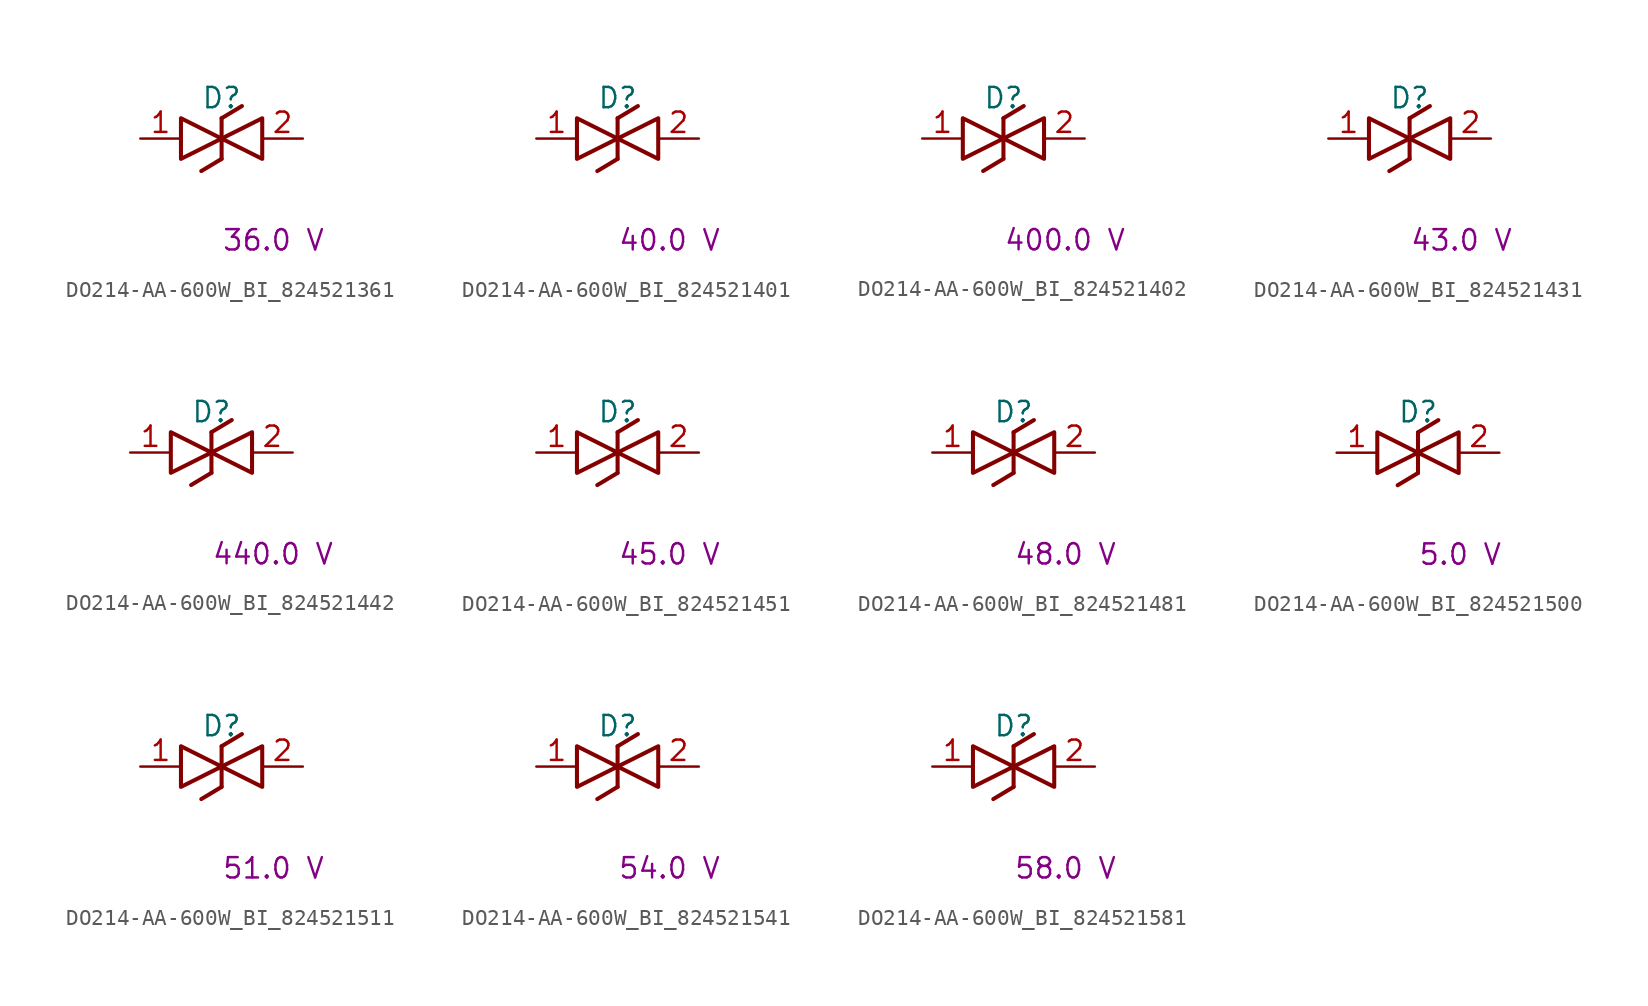
<source format=kicad_sym>
(kicad_symbol_lib
  (version 20220914)
  (generator kicad_symbol_editor)
  (symbol "DO214-AA-600W_BI_824521361"
    (pin_names hide)
    (property "Reference" "D"
      (at 0 2.54 0)
      (effects (font (size 1.27 1.27))))
    (property "Critical Parameter" "36.0 V"
      (at 0 -6.35 0)
      (effects (font (size 1.27 1.27)) (justify left)))
    (symbol "DO214-AA-600W_BI_824521361_0_1"
      (polyline (pts (xy -2.54 1.27) (xy -2.54 -1.27) (xy 2.54 1.27) (xy 2.54 -1.27) (xy -2.54 1.27)) (stroke (width 0.254) (type default)) (fill (type none))))
    (symbol "DO214-AA-600W_BI_824521361_1_1"
      (polyline (pts (xy 0 -1.27) (xy -1.27 -2.032)) (stroke (width 0.254) (type default)) (fill (type none)))
      (polyline (pts (xy 0 1.27) (xy 0 -1.27)) (stroke (width 0.254) (type default)) (fill (type none)))
      (polyline (pts (xy 0 1.27) (xy 1.27 2.032)) (stroke (width 0.254) (type default)) (fill (type none)))
      (pin passive line (at -5.08 0 0) (length 2.54) (name "1" (effects (font (size 1.27 1.27)))) (number "1" (effects (font (size 1.27 1.27)))))
      (pin passive line (at 5.08 0 180) (length 2.54) (name "2" (effects (font (size 1.27 1.27)))) (number "2" (effects (font (size 1.27 1.27)))))))
  (symbol "DO214-AA-600W_BI_824521401"
    (pin_names hide)
    (property "Reference" "D"
      (at 0 2.54 0)
      (effects (font (size 1.27 1.27))))
    (property "Critical Parameter" "40.0 V"
      (at 0 -6.35 0)
      (effects (font (size 1.27 1.27)) (justify left)))
    (symbol "DO214-AA-600W_BI_824521401_0_1"
      (polyline (pts (xy -2.54 1.27) (xy -2.54 -1.27) (xy 2.54 1.27) (xy 2.54 -1.27) (xy -2.54 1.27)) (stroke (width 0.254) (type default)) (fill (type none))))
    (symbol "DO214-AA-600W_BI_824521401_1_1"
      (polyline (pts (xy 0 -1.27) (xy -1.27 -2.032)) (stroke (width 0.254) (type default)) (fill (type none)))
      (polyline (pts (xy 0 1.27) (xy 0 -1.27)) (stroke (width 0.254) (type default)) (fill (type none)))
      (polyline (pts (xy 0 1.27) (xy 1.27 2.032)) (stroke (width 0.254) (type default)) (fill (type none)))
      (pin passive line (at -5.08 0 0) (length 2.54) (name "1" (effects (font (size 1.27 1.27)))) (number "1" (effects (font (size 1.27 1.27)))))
      (pin passive line (at 5.08 0 180) (length 2.54) (name "2" (effects (font (size 1.27 1.27)))) (number "2" (effects (font (size 1.27 1.27)))))))
  (symbol "DO214-AA-600W_BI_824521402"
    (pin_names hide)
    (property "Reference" "D"
      (at 0 2.54 0)
      (effects (font (size 1.27 1.27))))
    (property "Critical Parameter" "400.0 V"
      (at 0 -6.35 0)
      (effects (font (size 1.27 1.27)) (justify left)))
    (symbol "DO214-AA-600W_BI_824521402_0_1"
      (polyline (pts (xy -2.54 1.27) (xy -2.54 -1.27) (xy 2.54 1.27) (xy 2.54 -1.27) (xy -2.54 1.27)) (stroke (width 0.254) (type default)) (fill (type none))))
    (symbol "DO214-AA-600W_BI_824521402_1_1"
      (polyline (pts (xy 0 -1.27) (xy -1.27 -2.032)) (stroke (width 0.254) (type default)) (fill (type none)))
      (polyline (pts (xy 0 1.27) (xy 0 -1.27)) (stroke (width 0.254) (type default)) (fill (type none)))
      (polyline (pts (xy 0 1.27) (xy 1.27 2.032)) (stroke (width 0.254) (type default)) (fill (type none)))
      (pin passive line (at -5.08 0 0) (length 2.54) (name "1" (effects (font (size 1.27 1.27)))) (number "1" (effects (font (size 1.27 1.27)))))
      (pin passive line (at 5.08 0 180) (length 2.54) (name "2" (effects (font (size 1.27 1.27)))) (number "2" (effects (font (size 1.27 1.27)))))))
  (symbol "DO214-AA-600W_BI_824521431"
    (pin_names hide)
    (property "Reference" "D"
      (at 0 2.54 0)
      (effects (font (size 1.27 1.27))))
    (property "Critical Parameter" "43.0 V"
      (at 0 -6.35 0)
      (effects (font (size 1.27 1.27)) (justify left)))
    (symbol "DO214-AA-600W_BI_824521431_0_1"
      (polyline (pts (xy -2.54 1.27) (xy -2.54 -1.27) (xy 2.54 1.27) (xy 2.54 -1.27) (xy -2.54 1.27)) (stroke (width 0.254) (type default)) (fill (type none))))
    (symbol "DO214-AA-600W_BI_824521431_1_1"
      (polyline (pts (xy 0 -1.27) (xy -1.27 -2.032)) (stroke (width 0.254) (type default)) (fill (type none)))
      (polyline (pts (xy 0 1.27) (xy 0 -1.27)) (stroke (width 0.254) (type default)) (fill (type none)))
      (polyline (pts (xy 0 1.27) (xy 1.27 2.032)) (stroke (width 0.254) (type default)) (fill (type none)))
      (pin passive line (at -5.08 0 0) (length 2.54) (name "1" (effects (font (size 1.27 1.27)))) (number "1" (effects (font (size 1.27 1.27)))))
      (pin passive line (at 5.08 0 180) (length 2.54) (name "2" (effects (font (size 1.27 1.27)))) (number "2" (effects (font (size 1.27 1.27)))))))
  (symbol "DO214-AA-600W_BI_824521442"
    (pin_names hide)
    (property "Reference" "D"
      (at 0 2.54 0)
      (effects (font (size 1.27 1.27))))
    (property "Critical Parameter" "440.0 V"
      (at 0 -6.35 0)
      (effects (font (size 1.27 1.27)) (justify left)))
    (symbol "DO214-AA-600W_BI_824521442_0_1"
      (polyline (pts (xy -2.54 1.27) (xy -2.54 -1.27) (xy 2.54 1.27) (xy 2.54 -1.27) (xy -2.54 1.27)) (stroke (width 0.254) (type default)) (fill (type none))))
    (symbol "DO214-AA-600W_BI_824521442_1_1"
      (polyline (pts (xy 0 -1.27) (xy -1.27 -2.032)) (stroke (width 0.254) (type default)) (fill (type none)))
      (polyline (pts (xy 0 1.27) (xy 0 -1.27)) (stroke (width 0.254) (type default)) (fill (type none)))
      (polyline (pts (xy 0 1.27) (xy 1.27 2.032)) (stroke (width 0.254) (type default)) (fill (type none)))
      (pin passive line (at -5.08 0 0) (length 2.54) (name "1" (effects (font (size 1.27 1.27)))) (number "1" (effects (font (size 1.27 1.27)))))
      (pin passive line (at 5.08 0 180) (length 2.54) (name "2" (effects (font (size 1.27 1.27)))) (number "2" (effects (font (size 1.27 1.27)))))))
  (symbol "DO214-AA-600W_BI_824521451"
    (pin_names hide)
    (property "Reference" "D"
      (at 0 2.54 0)
      (effects (font (size 1.27 1.27))))
    (property "Critical Parameter" "45.0 V"
      (at 0 -6.35 0)
      (effects (font (size 1.27 1.27)) (justify left)))
    (symbol "DO214-AA-600W_BI_824521451_0_1"
      (polyline (pts (xy -2.54 1.27) (xy -2.54 -1.27) (xy 2.54 1.27) (xy 2.54 -1.27) (xy -2.54 1.27)) (stroke (width 0.254) (type default)) (fill (type none))))
    (symbol "DO214-AA-600W_BI_824521451_1_1"
      (polyline (pts (xy 0 -1.27) (xy -1.27 -2.032)) (stroke (width 0.254) (type default)) (fill (type none)))
      (polyline (pts (xy 0 1.27) (xy 0 -1.27)) (stroke (width 0.254) (type default)) (fill (type none)))
      (polyline (pts (xy 0 1.27) (xy 1.27 2.032)) (stroke (width 0.254) (type default)) (fill (type none)))
      (pin passive line (at -5.08 0 0) (length 2.54) (name "1" (effects (font (size 1.27 1.27)))) (number "1" (effects (font (size 1.27 1.27)))))
      (pin passive line (at 5.08 0 180) (length 2.54) (name "2" (effects (font (size 1.27 1.27)))) (number "2" (effects (font (size 1.27 1.27)))))))
  (symbol "DO214-AA-600W_BI_824521481"
    (pin_names hide)
    (property "Reference" "D"
      (at 0 2.54 0)
      (effects (font (size 1.27 1.27))))
    (property "Critical Parameter" "48.0 V"
      (at 0 -6.35 0)
      (effects (font (size 1.27 1.27)) (justify left)))
    (symbol "DO214-AA-600W_BI_824521481_0_1"
      (polyline (pts (xy -2.54 1.27) (xy -2.54 -1.27) (xy 2.54 1.27) (xy 2.54 -1.27) (xy -2.54 1.27)) (stroke (width 0.254) (type default)) (fill (type none))))
    (symbol "DO214-AA-600W_BI_824521481_1_1"
      (polyline (pts (xy 0 -1.27) (xy -1.27 -2.032)) (stroke (width 0.254) (type default)) (fill (type none)))
      (polyline (pts (xy 0 1.27) (xy 0 -1.27)) (stroke (width 0.254) (type default)) (fill (type none)))
      (polyline (pts (xy 0 1.27) (xy 1.27 2.032)) (stroke (width 0.254) (type default)) (fill (type none)))
      (pin passive line (at -5.08 0 0) (length 2.54) (name "1" (effects (font (size 1.27 1.27)))) (number "1" (effects (font (size 1.27 1.27)))))
      (pin passive line (at 5.08 0 180) (length 2.54) (name "2" (effects (font (size 1.27 1.27)))) (number "2" (effects (font (size 1.27 1.27)))))))
  (symbol "DO214-AA-600W_BI_824521500"
    (pin_names hide)
    (property "Reference" "D"
      (at 0 2.54 0)
      (effects (font (size 1.27 1.27))))
    (property "Critical Parameter" "5.0 V"
      (at 0 -6.35 0)
      (effects (font (size 1.27 1.27)) (justify left)))
    (symbol "DO214-AA-600W_BI_824521500_0_1"
      (polyline (pts (xy -2.54 1.27) (xy -2.54 -1.27) (xy 2.54 1.27) (xy 2.54 -1.27) (xy -2.54 1.27)) (stroke (width 0.254) (type default)) (fill (type none))))
    (symbol "DO214-AA-600W_BI_824521500_1_1"
      (polyline (pts (xy 0 -1.27) (xy -1.27 -2.032)) (stroke (width 0.254) (type default)) (fill (type none)))
      (polyline (pts (xy 0 1.27) (xy 0 -1.27)) (stroke (width 0.254) (type default)) (fill (type none)))
      (polyline (pts (xy 0 1.27) (xy 1.27 2.032)) (stroke (width 0.254) (type default)) (fill (type none)))
      (pin passive line (at -5.08 0 0) (length 2.54) (name "1" (effects (font (size 1.27 1.27)))) (number "1" (effects (font (size 1.27 1.27)))))
      (pin passive line (at 5.08 0 180) (length 2.54) (name "2" (effects (font (size 1.27 1.27)))) (number "2" (effects (font (size 1.27 1.27)))))))
  (symbol "DO214-AA-600W_BI_824521511"
    (pin_names hide)
    (property "Reference" "D"
      (at 0 2.54 0)
      (effects (font (size 1.27 1.27))))
    (property "Critical Parameter" "51.0 V"
      (at 0 -6.35 0)
      (effects (font (size 1.27 1.27)) (justify left)))
    (symbol "DO214-AA-600W_BI_824521511_0_1"
      (polyline (pts (xy -2.54 1.27) (xy -2.54 -1.27) (xy 2.54 1.27) (xy 2.54 -1.27) (xy -2.54 1.27)) (stroke (width 0.254) (type default)) (fill (type none))))
    (symbol "DO214-AA-600W_BI_824521511_1_1"
      (polyline (pts (xy 0 -1.27) (xy -1.27 -2.032)) (stroke (width 0.254) (type default)) (fill (type none)))
      (polyline (pts (xy 0 1.27) (xy 0 -1.27)) (stroke (width 0.254) (type default)) (fill (type none)))
      (polyline (pts (xy 0 1.27) (xy 1.27 2.032)) (stroke (width 0.254) (type default)) (fill (type none)))
      (pin passive line (at -5.08 0 0) (length 2.54) (name "1" (effects (font (size 1.27 1.27)))) (number "1" (effects (font (size 1.27 1.27)))))
      (pin passive line (at 5.08 0 180) (length 2.54) (name "2" (effects (font (size 1.27 1.27)))) (number "2" (effects (font (size 1.27 1.27)))))))
  (symbol "DO214-AA-600W_BI_824521541"
    (pin_names hide)
    (property "Reference" "D"
      (at 0 2.54 0)
      (effects (font (size 1.27 1.27))))
    (property "Critical Parameter" "54.0 V"
      (at 0 -6.35 0)
      (effects (font (size 1.27 1.27)) (justify left)))
    (symbol "DO214-AA-600W_BI_824521541_0_1"
      (polyline (pts (xy -2.54 1.27) (xy -2.54 -1.27) (xy 2.54 1.27) (xy 2.54 -1.27) (xy -2.54 1.27)) (stroke (width 0.254) (type default)) (fill (type none))))
    (symbol "DO214-AA-600W_BI_824521541_1_1"
      (polyline (pts (xy 0 -1.27) (xy -1.27 -2.032)) (stroke (width 0.254) (type default)) (fill (type none)))
      (polyline (pts (xy 0 1.27) (xy 0 -1.27)) (stroke (width 0.254) (type default)) (fill (type none)))
      (polyline (pts (xy 0 1.27) (xy 1.27 2.032)) (stroke (width 0.254) (type default)) (fill (type none)))
      (pin passive line (at -5.08 0 0) (length 2.54) (name "1" (effects (font (size 1.27 1.27)))) (number "1" (effects (font (size 1.27 1.27)))))
      (pin passive line (at 5.08 0 180) (length 2.54) (name "2" (effects (font (size 1.27 1.27)))) (number "2" (effects (font (size 1.27 1.27)))))))
  (symbol "DO214-AA-600W_BI_824521581"
    (pin_names hide)
    (property "Reference" "D"
      (at 0 2.54 0)
      (effects (font (size 1.27 1.27))))
    (property "Critical Parameter" "58.0 V"
      (at 0 -6.35 0)
      (effects (font (size 1.27 1.27)) (justify left)))
    (symbol "DO214-AA-600W_BI_824521581_0_1"
      (polyline (pts (xy -2.54 1.27) (xy -2.54 -1.27) (xy 2.54 1.27) (xy 2.54 -1.27) (xy -2.54 1.27)) (stroke (width 0.254) (type default)) (fill (type none))))
    (symbol "DO214-AA-600W_BI_824521581_1_1"
      (polyline (pts (xy 0 -1.27) (xy -1.27 -2.032)) (stroke (width 0.254) (type default)) (fill (type none)))
      (polyline (pts (xy 0 1.27) (xy 0 -1.27)) (stroke (width 0.254) (type default)) (fill (type none)))
      (polyline (pts (xy 0 1.27) (xy 1.27 2.032)) (stroke (width 0.254) (type default)) (fill (type none)))
      (pin passive line (at -5.08 0 0) (length 2.54) (name "1" (effects (font (size 1.27 1.27)))) (number "1" (effects (font (size 1.27 1.27)))))
      (pin passive line (at 5.08 0 180) (length 2.54) (name "2" (effects (font (size 1.27 1.27)))) (number "2" (effects (font (size 1.27 1.27))))))))
</source>
